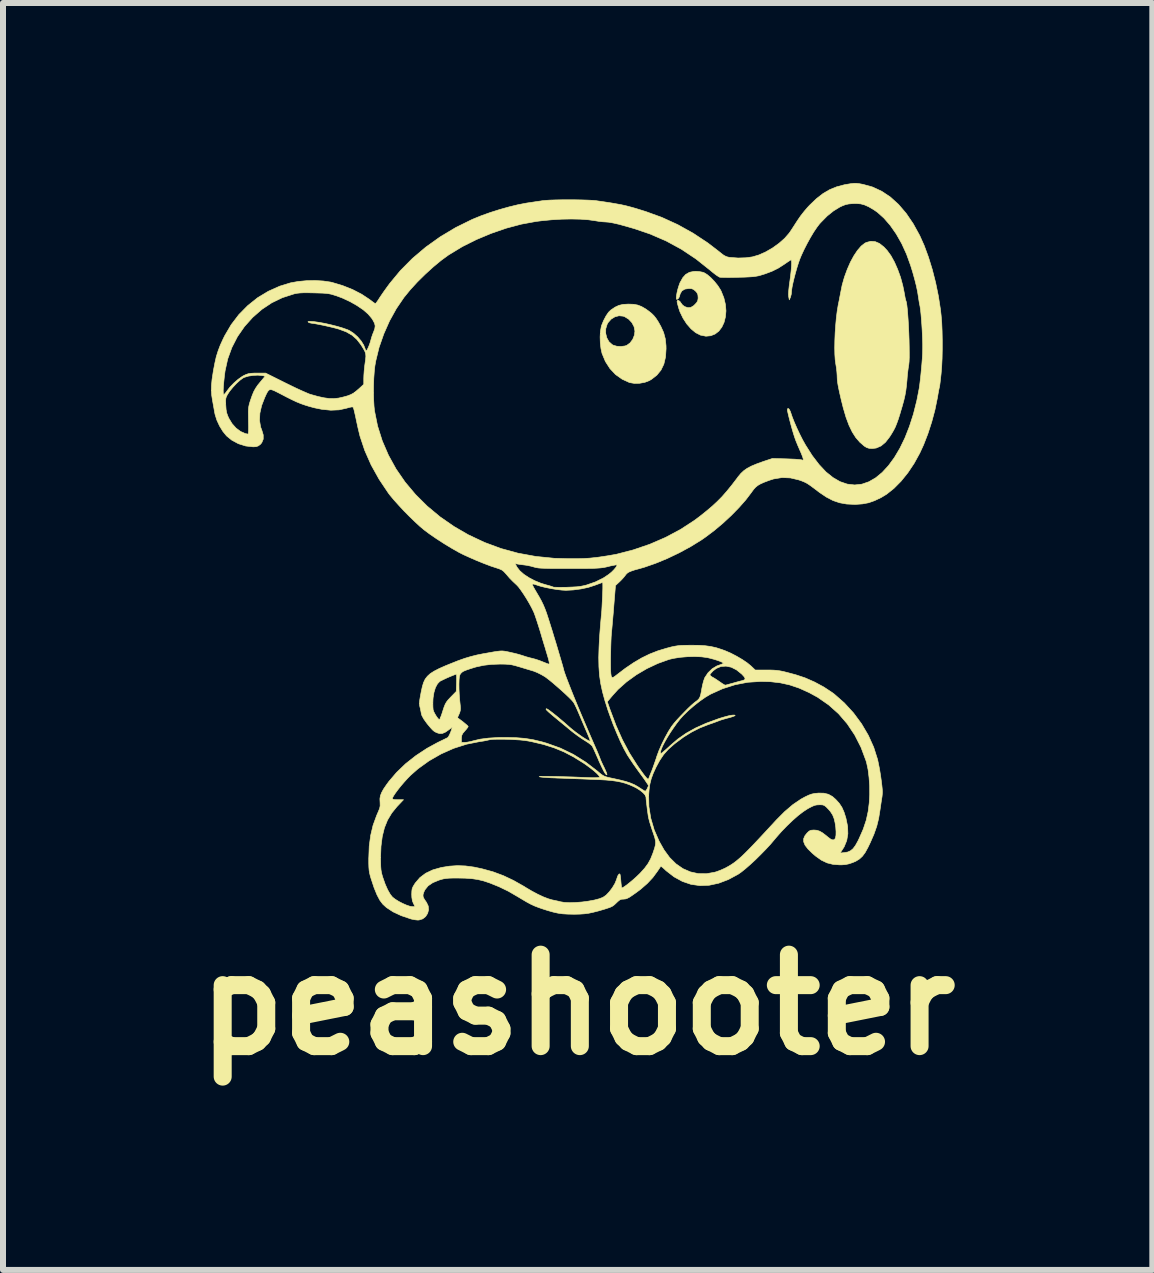
<source format=kicad_pcb>
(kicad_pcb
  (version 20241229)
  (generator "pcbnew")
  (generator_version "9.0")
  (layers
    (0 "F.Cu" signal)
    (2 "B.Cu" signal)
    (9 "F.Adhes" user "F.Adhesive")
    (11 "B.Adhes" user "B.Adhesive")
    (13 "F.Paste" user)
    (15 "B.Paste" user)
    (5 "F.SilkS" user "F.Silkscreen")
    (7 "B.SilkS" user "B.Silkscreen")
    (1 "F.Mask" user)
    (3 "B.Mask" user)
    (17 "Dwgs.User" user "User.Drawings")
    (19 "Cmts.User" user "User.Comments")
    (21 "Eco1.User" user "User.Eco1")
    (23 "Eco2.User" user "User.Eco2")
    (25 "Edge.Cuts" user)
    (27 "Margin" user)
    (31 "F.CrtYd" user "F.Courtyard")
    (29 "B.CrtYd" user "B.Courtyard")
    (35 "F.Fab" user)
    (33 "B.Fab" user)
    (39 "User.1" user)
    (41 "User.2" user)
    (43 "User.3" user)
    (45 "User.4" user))
  (footprint "peashooter"
    (layer "F.Cu")
    (at 6.575 6.191)
    (property "Reference" "peashooter" (at 0 7.5 0) (layer "F.SilkS") (effects (font (size 1.524 1.524) (thickness 0.3))))
    (attr through_hole)
    (fp_poly (pts (xy 2.027 -4.716) (xy 2.08 -4.706) (xy 2.105 -4.698) (xy 2.159 -4.665) (xy 2.219 -4.614) (xy 2.28 -4.55) (xy 2.336 -4.48) (xy 2.38 -4.411) (xy 2.391 -4.39) (xy 2.436 -4.278) (xy 2.462 -4.168) (xy 2.471 -4.061) (xy 2.462 -3.961) (xy 2.439 -3.869) (xy 2.402 -3.79) (xy 2.352 -3.724) (xy 2.29 -3.676) (xy 2.218 -3.647) (xy 2.137 -3.639) (xy 2.048 -3.657) (xy 2.044 -3.658) (xy 1.966 -3.698) (xy 1.89 -3.761) (xy 1.818 -3.843) (xy 1.756 -3.939) (xy 1.705 -4.044) (xy 1.685 -4.103) (xy 1.671 -4.153) (xy 1.66 -4.194) (xy 1.656 -4.218) (xy 1.656 -4.218) (xy 1.664 -4.236) (xy 1.682 -4.235) (xy 1.705 -4.217) (xy 1.719 -4.196) (xy 1.747 -4.159) (xy 1.782 -4.133) (xy 1.836 -4.114) (xy 1.883 -4.118) (xy 1.931 -4.146) (xy 1.952 -4.166) (xy 1.985 -4.202) (xy 2.001 -4.233) (xy 2.007 -4.27) (xy 2.007 -4.284) (xy 2.003 -4.331) (xy 1.986 -4.366) (xy 1.964 -4.391) (xy 1.93 -4.419) (xy 1.896 -4.432) (xy 1.853 -4.434) (xy 1.786 -4.424) (xy 1.737 -4.394) (xy 1.708 -4.346) (xy 1.704 -4.329) (xy 1.692 -4.291) (xy 1.674 -4.264) (xy 1.655 -4.253) (xy 1.646 -4.257) (xy 1.643 -4.277) (xy 1.647 -4.316) (xy 1.656 -4.368) (xy 1.67 -4.426) (xy 1.687 -4.481) (xy 1.704 -4.529) (xy 1.707 -4.534) (xy 1.752 -4.615) (xy 1.802 -4.67) (xy 1.863 -4.704) (xy 1.937 -4.719) (xy 1.972 -4.72) (xy 2.027 -4.716)) (stroke (width 0.01) (type solid)) (fill yes) (layer "F.SilkS"))
    (fp_poly (pts (xy 0.932 -4.171) (xy 1.001 -4.158) (xy 1.065 -4.133) (xy 1.134 -4.093) (xy 1.184 -4.057) (xy 1.232 -4.019) (xy 1.272 -3.979) (xy 1.308 -3.933) (xy 1.346 -3.874) (xy 1.386 -3.802) (xy 1.432 -3.701) (xy 1.46 -3.596) (xy 1.472 -3.481) (xy 1.473 -3.43) (xy 1.464 -3.293) (xy 1.436 -3.174) (xy 1.388 -3.074) (xy 1.319 -2.99) (xy 1.229 -2.92) (xy 1.195 -2.9) (xy 1.12 -2.871) (xy 1.033 -2.855) (xy 0.945 -2.853) (xy 0.868 -2.866) (xy 0.863 -2.867) (xy 0.741 -2.923) (xy 0.631 -3.001) (xy 0.538 -3.1) (xy 0.462 -3.218) (xy 0.407 -3.35) (xy 0.406 -3.353) (xy 0.388 -3.434) (xy 0.377 -3.529) (xy 0.374 -3.627) (xy 0.377 -3.686) (xy 0.467 -3.686) (xy 0.486 -3.611) (xy 0.522 -3.547) (xy 0.575 -3.499) (xy 0.591 -3.49) (xy 0.652 -3.472) (xy 0.722 -3.468) (xy 0.79 -3.477) (xy 0.82 -3.488) (xy 0.874 -3.528) (xy 0.918 -3.587) (xy 0.946 -3.658) (xy 0.954 -3.724) (xy 0.94 -3.797) (xy 0.904 -3.865) (xy 0.85 -3.923) (xy 0.783 -3.964) (xy 0.759 -3.973) (xy 0.689 -3.98) (xy 0.62 -3.962) (xy 0.557 -3.923) (xy 0.506 -3.865) (xy 0.491 -3.837) (xy 0.468 -3.763) (xy 0.467 -3.686) (xy 0.377 -3.686) (xy 0.379 -3.719) (xy 0.393 -3.797) (xy 0.398 -3.817) (xy 0.432 -3.9) (xy 0.472 -3.976) (xy 0.514 -4.038) (xy 0.552 -4.075) (xy 0.623 -4.123) (xy 0.687 -4.153) (xy 0.756 -4.169) (xy 0.84 -4.174) (xy 0.849 -4.174) (xy 0.932 -4.171)) (stroke (width 0.01) (type solid)) (fill yes) (layer "F.SilkS"))
    (fp_poly (pts (xy 4.957 -5.215) (xy 5.029 -5.184) (xy 5.103 -5.125) (xy 5.157 -5.067) (xy 5.219 -4.982) (xy 5.278 -4.875) (xy 5.332 -4.752) (xy 5.38 -4.62) (xy 5.417 -4.483) (xy 5.437 -4.386) (xy 5.448 -4.326) (xy 5.457 -4.276) (xy 5.465 -4.243) (xy 5.468 -4.234) (xy 5.477 -4.207) (xy 5.485 -4.156) (xy 5.493 -4.086) (xy 5.5 -3.999) (xy 5.507 -3.9) (xy 5.513 -3.793) (xy 5.518 -3.683) (xy 5.522 -3.573) (xy 5.524 -3.466) (xy 5.525 -3.368) (xy 5.525 -3.283) (xy 5.522 -3.213) (xy 5.517 -3.164) (xy 5.515 -3.153) (xy 5.508 -3.11) (xy 5.5 -3.048) (xy 5.492 -2.974) (xy 5.487 -2.905) (xy 5.478 -2.814) (xy 5.468 -2.733) (xy 5.454 -2.654) (xy 5.435 -2.571) (xy 5.409 -2.477) (xy 5.375 -2.363) (xy 5.372 -2.351) (xy 5.343 -2.259) (xy 5.317 -2.187) (xy 5.293 -2.127) (xy 5.265 -2.072) (xy 5.231 -2.014) (xy 5.198 -1.962) (xy 5.129 -1.873) (xy 5.055 -1.811) (xy 4.975 -1.776) (xy 4.91 -1.768) (xy 4.856 -1.771) (xy 4.815 -1.784) (xy 4.776 -1.808) (xy 4.702 -1.872) (xy 4.635 -1.949) (xy 4.575 -2.043) (xy 4.521 -2.155) (xy 4.471 -2.289) (xy 4.425 -2.446) (xy 4.391 -2.582) (xy 4.368 -2.682) (xy 4.351 -2.76) (xy 4.339 -2.821) (xy 4.331 -2.87) (xy 4.326 -2.911) (xy 4.324 -2.951) (xy 4.323 -2.984) (xy 4.319 -3.044) (xy 4.311 -3.114) (xy 4.301 -3.175) (xy 4.291 -3.245) (xy 4.285 -3.338) (xy 4.283 -3.447) (xy 4.285 -3.567) (xy 4.29 -3.694) (xy 4.299 -3.821) (xy 4.31 -3.944) (xy 4.324 -4.056) (xy 4.34 -4.153) (xy 4.343 -4.169) (xy 4.357 -4.235) (xy 4.37 -4.305) (xy 4.38 -4.357) (xy 4.407 -4.492) (xy 4.445 -4.625) (xy 4.492 -4.753) (xy 4.544 -4.872) (xy 4.602 -4.979) (xy 4.662 -5.069) (xy 4.724 -5.141) (xy 4.785 -5.189) (xy 4.809 -5.201) (xy 4.884 -5.221) (xy 4.957 -5.215)) (stroke (width 0.01) (type solid)) (fill yes) (layer "F.SilkS"))
    (fp_poly (pts (xy 4.644 -6.186) (xy 4.69 -6.181) (xy 4.749 -6.17) (xy 4.751 -6.17) (xy 4.913 -6.125) (xy 5.066 -6.054) (xy 5.21 -5.958) (xy 5.345 -5.836) (xy 5.472 -5.688) (xy 5.591 -5.513) (xy 5.699 -5.317) (xy 5.774 -5.149) (xy 5.844 -4.959) (xy 5.908 -4.752) (xy 5.964 -4.533) (xy 6.01 -4.309) (xy 6.045 -4.084) (xy 6.056 -3.985) (xy 6.066 -3.866) (xy 6.072 -3.726) (xy 6.075 -3.575) (xy 6.075 -3.42) (xy 6.072 -3.268) (xy 6.065 -3.128) (xy 6.055 -3.008) (xy 6.054 -3) (xy 6.046 -2.928) (xy 6.039 -2.867) (xy 6.033 -2.821) (xy 6.029 -2.796) (xy 6.028 -2.793) (xy 6.024 -2.777) (xy 6.016 -2.739) (xy 6.006 -2.684) (xy 5.995 -2.617) (xy 5.992 -2.603) (xy 5.953 -2.412) (xy 5.9 -2.214) (xy 5.836 -2.016) (xy 5.764 -1.83) (xy 5.7 -1.691) (xy 5.606 -1.52) (xy 5.501 -1.363) (xy 5.388 -1.223) (xy 5.269 -1.103) (xy 5.147 -1.006) (xy 5.056 -0.951) (xy 4.947 -0.899) (xy 4.847 -0.864) (xy 4.746 -0.845) (xy 4.633 -0.837) (xy 4.61 -0.837) (xy 4.481 -0.843) (xy 4.364 -0.864) (xy 4.255 -0.901) (xy 4.145 -0.958) (xy 4.029 -1.036) (xy 4.008 -1.052) (xy 3.937 -1.106) (xy 3.883 -1.146) (xy 3.841 -1.175) (xy 3.806 -1.196) (xy 3.772 -1.212) (xy 3.735 -1.227) (xy 3.69 -1.243) (xy 3.684 -1.245) (xy 3.545 -1.278) (xy 3.405 -1.284) (xy 3.265 -1.261) (xy 3.19 -1.237) (xy 3.108 -1.206) (xy 3.047 -1.179) (xy 3.002 -1.153) (xy 2.966 -1.124) (xy 2.933 -1.088) (xy 2.899 -1.042) (xy 2.893 -1.033) (xy 2.8 -0.911) (xy 2.687 -0.783) (xy 2.559 -0.652) (xy 2.42 -0.523) (xy 2.276 -0.402) (xy 2.131 -0.293) (xy 2.061 -0.244) (xy 1.881 -0.133) (xy 1.689 -0.029) (xy 1.492 0.065) (xy 1.298 0.145) (xy 1.111 0.21) (xy 1.031 0.233) (xy 0.95 0.255) (xy 0.891 0.275) (xy 0.849 0.293) (xy 0.821 0.313) (xy 0.799 0.337) (xy 0.793 0.347) (xy 0.769 0.377) (xy 0.733 0.417) (xy 0.699 0.451) (xy 0.63 0.515) (xy 0.602 0.858) (xy 0.594 0.961) (xy 0.585 1.062) (xy 0.577 1.156) (xy 0.57 1.236) (xy 0.564 1.297) (xy 0.562 1.319) (xy 0.558 1.371) (xy 0.555 1.443) (xy 0.552 1.531) (xy 0.55 1.628) (xy 0.548 1.726) (xy 0.548 1.737) (xy 0.548 1.844) (xy 0.549 1.926) (xy 0.553 1.984) (xy 0.559 2.023) (xy 0.568 2.043) (xy 0.583 2.048) (xy 0.603 2.039) (xy 0.629 2.021) (xy 0.64 2.012) (xy 0.792 1.896) (xy 0.932 1.801) (xy 1.066 1.722) (xy 1.199 1.657) (xy 1.337 1.603) (xy 1.486 1.558) (xy 1.502 1.554) (xy 1.566 1.537) (xy 1.619 1.526) (xy 1.67 1.518) (xy 1.725 1.513) (xy 1.791 1.511) (xy 1.878 1.51) (xy 1.894 1.51) (xy 2.02 1.511) (xy 2.125 1.518) (xy 2.219 1.531) (xy 2.308 1.551) (xy 2.401 1.581) (xy 2.456 1.601) (xy 2.549 1.641) (xy 2.647 1.692) (xy 2.741 1.747) (xy 2.824 1.803) (xy 2.886 1.854) (xy 2.959 1.923) (xy 3.142 1.923) (xy 3.211 1.923) (xy 3.268 1.925) (xy 3.318 1.929) (xy 3.368 1.936) (xy 3.424 1.947) (xy 3.492 1.964) (xy 3.578 1.987) (xy 3.634 2.002) (xy 3.788 2.053) (xy 3.947 2.123) (xy 4.101 2.206) (xy 4.239 2.297) (xy 4.273 2.322) (xy 4.443 2.471) (xy 4.596 2.638) (xy 4.73 2.819) (xy 4.843 3.011) (xy 4.933 3.211) (xy 4.998 3.416) (xy 5.028 3.564) (xy 5.047 3.681) (xy 5.06 3.775) (xy 5.069 3.849) (xy 5.075 3.908) (xy 5.077 3.956) (xy 5.075 3.997) (xy 5.071 4.035) (xy 5.068 4.053) (xy 5.058 4.116) (xy 5.047 4.191) (xy 5.037 4.259) (xy 5.015 4.396) (xy 4.983 4.526) (xy 4.937 4.657) (xy 4.876 4.797) (xy 4.836 4.88) (xy 4.79 4.964) (xy 4.744 5.026) (xy 4.694 5.072) (xy 4.634 5.109) (xy 4.582 5.131) (xy 4.52 5.152) (xy 4.464 5.164) (xy 4.4 5.169) (xy 4.364 5.169) (xy 4.255 5.161) (xy 4.155 5.136) (xy 4.061 5.091) (xy 3.965 5.023) (xy 3.909 4.975) (xy 3.837 4.904) (xy 3.789 4.842) (xy 3.766 4.786) (xy 3.765 4.734) (xy 3.787 4.683) (xy 3.823 4.638) (xy 3.856 4.607) (xy 3.886 4.593) (xy 3.927 4.589) (xy 3.94 4.589) (xy 3.985 4.593) (xy 4.029 4.607) (xy 4.076 4.633) (xy 4.133 4.676) (xy 4.174 4.71) (xy 4.222 4.745) (xy 4.257 4.755) (xy 4.283 4.742) (xy 4.296 4.719) (xy 4.304 4.676) (xy 4.305 4.614) (xy 4.3 4.542) (xy 4.289 4.468) (xy 4.273 4.4) (xy 4.248 4.337) (xy 4.211 4.28) (xy 4.178 4.242) (xy 4.141 4.204) (xy 4.113 4.182) (xy 4.087 4.171) (xy 4.053 4.168) (xy 4.029 4.168) (xy 3.987 4.17) (xy 3.95 4.177) (xy 3.909 4.194) (xy 3.856 4.221) (xy 3.831 4.235) (xy 3.759 4.282) (xy 3.674 4.347) (xy 3.583 4.427) (xy 3.488 4.518) (xy 3.395 4.614) (xy 3.308 4.713) (xy 3.277 4.75) (xy 3.211 4.828) (xy 3.133 4.912) (xy 3.048 4.999) (xy 2.961 5.085) (xy 2.875 5.164) (xy 2.795 5.234) (xy 2.725 5.29) (xy 2.675 5.325) (xy 2.51 5.414) (xy 2.349 5.475) (xy 2.191 5.509) (xy 2.038 5.515) (xy 1.889 5.494) (xy 1.745 5.445) (xy 1.606 5.369) (xy 1.473 5.266) (xy 1.449 5.243) (xy 1.417 5.214) (xy 1.393 5.196) (xy 1.385 5.193) (xy 1.375 5.207) (xy 1.355 5.238) (xy 1.329 5.276) (xy 1.251 5.382) (xy 1.16 5.479) (xy 1.05 5.575) (xy 0.979 5.628) (xy 0.914 5.674) (xy 0.867 5.706) (xy 0.831 5.725) (xy 0.803 5.736) (xy 0.776 5.739) (xy 0.766 5.74) (xy 0.73 5.742) (xy 0.701 5.754) (xy 0.67 5.779) (xy 0.645 5.803) (xy 0.611 5.835) (xy 0.578 5.859) (xy 0.537 5.878) (xy 0.48 5.897) (xy 0.449 5.907) (xy 0.343 5.938) (xy 0.256 5.96) (xy 0.181 5.976) (xy 0.111 5.985) (xy 0.038 5.99) (xy -0.046 5.992) (xy -0.07 5.992) (xy -0.168 5.99) (xy -0.251 5.985) (xy -0.328 5.974) (xy -0.408 5.956) (xy -0.5 5.93) (xy -0.575 5.906) (xy -0.651 5.88) (xy -0.718 5.854) (xy -0.781 5.825) (xy -0.848 5.789) (xy -0.926 5.743) (xy -0.996 5.701) (xy -1.154 5.609) (xy -1.311 5.533) (xy -1.462 5.472) (xy -1.563 5.438) (xy -1.661 5.414) (xy -1.762 5.399) (xy -1.876 5.391) (xy -1.991 5.389) (xy -2.078 5.389) (xy -2.143 5.391) (xy -2.194 5.396) (xy -2.239 5.403) (xy -2.283 5.415) (xy -2.312 5.424) (xy -2.414 5.466) (xy -2.492 5.519) (xy -2.545 5.585) (xy -2.562 5.621) (xy -2.575 5.659) (xy -2.577 5.69) (xy -2.567 5.721) (xy -2.543 5.76) (xy -2.519 5.794) (xy -2.49 5.855) (xy -2.484 5.918) (xy -2.5 5.978) (xy -2.533 6.03) (xy -2.582 6.069) (xy -2.643 6.088) (xy -2.669 6.089) (xy -2.712 6.084) (xy -2.764 6.074) (xy -2.779 6.07) (xy -2.941 6.015) (xy -3.076 5.952) (xy -3.186 5.88) (xy -3.247 5.824) (xy -3.296 5.759) (xy -3.344 5.668) (xy -3.392 5.55) (xy -3.44 5.405) (xy -3.441 5.403) (xy -3.457 5.348) (xy -3.468 5.302) (xy -3.475 5.258) (xy -3.479 5.207) (xy -3.481 5.143) (xy -3.481 5.058) (xy -3.481 5.054) (xy -3.48 5.045) (xy -3.284 5.045) (xy -3.284 5.046) (xy -3.283 5.133) (xy -3.281 5.199) (xy -3.277 5.25) (xy -3.27 5.294) (xy -3.259 5.338) (xy -3.249 5.372) (xy -3.208 5.489) (xy -3.165 5.586) (xy -3.122 5.661) (xy -3.085 5.707) (xy -3.041 5.741) (xy -2.982 5.778) (xy -2.916 5.812) (xy -2.852 5.84) (xy -2.796 5.859) (xy -2.761 5.865) (xy -2.708 5.866) (xy -2.736 5.813) (xy -2.754 5.768) (xy -2.763 5.711) (xy -2.765 5.66) (xy -2.763 5.607) (xy -2.758 5.568) (xy -2.744 5.534) (xy -2.719 5.492) (xy -2.705 5.471) (xy -2.629 5.382) (xy -2.532 5.309) (xy -2.414 5.253) (xy -2.273 5.213) (xy -2.138 5.191) (xy -2.004 5.182) (xy -1.87 5.187) (xy -1.728 5.206) (xy -1.592 5.235) (xy -1.41 5.285) (xy -1.238 5.349) (xy -1.069 5.429) (xy -0.894 5.528) (xy -0.866 5.546) (xy -0.766 5.605) (xy -0.667 5.658) (xy -0.573 5.702) (xy -0.49 5.734) (xy -0.425 5.753) (xy -0.424 5.753) (xy -0.367 5.765) (xy -0.312 5.777) (xy -0.288 5.784) (xy -0.221 5.795) (xy -0.134 5.799) (xy -0.035 5.796) (xy 0.072 5.788) (xy 0.177 5.774) (xy 0.276 5.756) (xy 0.36 5.734) (xy 0.422 5.71) (xy 0.474 5.674) (xy 0.527 5.618) (xy 0.578 5.551) (xy 0.621 5.479) (xy 0.649 5.411) (xy 0.653 5.396) (xy 0.669 5.351) (xy 0.688 5.324) (xy 0.701 5.319) (xy 0.707 5.331) (xy 0.713 5.366) (xy 0.718 5.415) (xy 0.719 5.432) (xy 0.724 5.486) (xy 0.729 5.528) (xy 0.734 5.551) (xy 0.735 5.553) (xy 0.75 5.549) (xy 0.781 5.53) (xy 0.824 5.499) (xy 0.875 5.458) (xy 0.929 5.413) (xy 0.981 5.366) (xy 1.029 5.32) (xy 1.042 5.307) (xy 1.116 5.225) (xy 1.172 5.149) (xy 1.216 5.069) (xy 1.254 4.974) (xy 1.264 4.944) (xy 1.283 4.887) (xy 1.294 4.842) (xy 1.299 4.804) (xy 1.296 4.764) (xy 1.285 4.717) (xy 1.265 4.656) (xy 1.242 4.589) (xy 1.219 4.519) (xy 1.198 4.451) (xy 1.183 4.392) (xy 1.177 4.364) (xy 1.17 4.315) (xy 1.161 4.252) (xy 1.153 4.184) (xy 1.145 4.12) (xy 1.14 4.068) (xy 1.138 4.039) (xy 1.125 4.008) (xy 1.183 4.008) (xy 1.187 4.199) (xy 1.218 4.392) (xy 1.275 4.586) (xy 1.358 4.776) (xy 1.44 4.921) (xy 1.533 5.048) (xy 1.638 5.152) (xy 1.753 5.232) (xy 1.877 5.286) (xy 2.008 5.315) (xy 2.144 5.317) (xy 2.283 5.292) (xy 2.311 5.284) (xy 2.381 5.258) (xy 2.457 5.224) (xy 2.519 5.19) (xy 2.56 5.165) (xy 2.6 5.138) (xy 2.64 5.108) (xy 2.683 5.072) (xy 2.731 5.03) (xy 2.784 4.979) (xy 2.846 4.917) (xy 2.918 4.843) (xy 3.001 4.755) (xy 3.098 4.651) (xy 3.211 4.529) (xy 3.309 4.423) (xy 3.448 4.283) (xy 3.585 4.166) (xy 3.719 4.075) (xy 3.788 4.037) (xy 3.851 4.007) (xy 3.902 3.989) (xy 3.95 3.979) (xy 4.006 3.974) (xy 4.009 3.973) (xy 4.101 3.975) (xy 4.177 3.993) (xy 4.244 4.03) (xy 4.3 4.079) (xy 4.358 4.143) (xy 4.403 4.211) (xy 4.438 4.29) (xy 4.469 4.388) (xy 4.47 4.392) (xy 4.498 4.529) (xy 4.502 4.652) (xy 4.483 4.764) (xy 4.44 4.869) (xy 4.396 4.938) (xy 4.372 4.972) (xy 4.445 4.965) (xy 4.501 4.955) (xy 4.547 4.934) (xy 4.588 4.9) (xy 4.628 4.847) (xy 4.669 4.773) (xy 4.689 4.732) (xy 4.758 4.575) (xy 4.808 4.426) (xy 4.841 4.275) (xy 4.858 4.136) (xy 4.866 3.998) (xy 4.865 3.854) (xy 4.855 3.714) (xy 4.839 3.583) (xy 4.815 3.471) (xy 4.805 3.436) (xy 4.721 3.211) (xy 4.616 3.005) (xy 4.491 2.818) (xy 4.347 2.651) (xy 4.182 2.504) (xy 3.999 2.377) (xy 3.856 2.299) (xy 3.69 2.224) (xy 3.533 2.171) (xy 3.375 2.136) (xy 3.209 2.117) (xy 3.052 2.113) (xy 2.834 2.127) (xy 2.622 2.168) (xy 2.413 2.235) (xy 2.216 2.324) (xy 2.131 2.374) (xy 2.035 2.441) (xy 1.937 2.518) (xy 1.842 2.6) (xy 1.759 2.681) (xy 1.708 2.738) (xy 1.65 2.812) (xy 1.594 2.891) (xy 1.54 2.971) (xy 1.491 3.05) (xy 1.449 3.124) (xy 1.415 3.19) (xy 1.392 3.245) (xy 1.38 3.285) (xy 1.382 3.308) (xy 1.39 3.312) (xy 1.405 3.303) (xy 1.436 3.277) (xy 1.479 3.24) (xy 1.53 3.194) (xy 1.542 3.182) (xy 1.669 3.073) (xy 1.808 2.976) (xy 1.964 2.889) (xy 2.14 2.81) (xy 2.339 2.737) (xy 2.372 2.726) (xy 2.449 2.703) (xy 2.517 2.685) (xy 2.572 2.675) (xy 2.609 2.673) (xy 2.624 2.679) (xy 2.624 2.68) (xy 2.612 2.688) (xy 2.578 2.701) (xy 2.53 2.716) (xy 2.508 2.721) (xy 2.45 2.737) (xy 2.399 2.752) (xy 2.363 2.764) (xy 2.358 2.767) (xy 2.33 2.777) (xy 2.283 2.795) (xy 2.224 2.816) (xy 2.182 2.83) (xy 2.037 2.887) (xy 1.902 2.955) (xy 1.769 3.037) (xy 1.631 3.139) (xy 1.602 3.163) (xy 1.509 3.245) (xy 1.432 3.332) (xy 1.365 3.432) (xy 1.305 3.543) (xy 1.258 3.646) (xy 1.225 3.736) (xy 1.203 3.824) (xy 1.19 3.919) (xy 1.183 4.008) (xy 1.125 4.008) (xy 1.125 4.007) (xy 1.091 3.969) (xy 1.042 3.929) (xy 0.983 3.891) (xy 0.934 3.866) (xy 0.864 3.835) (xy 0.798 3.811) (xy 0.73 3.792) (xy 0.656 3.777) (xy 0.572 3.765) (xy 0.472 3.756) (xy 0.353 3.749) (xy 0.239 3.745) (xy 0.122 3.74) (xy -0.002 3.735) (xy -0.127 3.731) (xy -0.243 3.726) (xy -0.342 3.723) (xy -0.374 3.721) (xy -0.456 3.718) (xy -0.529 3.713) (xy -0.587 3.709) (xy -0.626 3.704) (xy -0.641 3.7) (xy -0.631 3.697) (xy -0.595 3.695) (xy -0.534 3.694) (xy -0.449 3.695) (xy -0.343 3.697) (xy -0.216 3.701) (xy -0.07 3.705) (xy 0.093 3.712) (xy 0.144 3.714) (xy 0.233 3.717) (xy 0.297 3.717) (xy 0.338 3.715) (xy 0.36 3.711) (xy 0.365 3.706) (xy 0.354 3.683) (xy 0.322 3.648) (xy 0.273 3.604) (xy 0.211 3.555) (xy 0.139 3.502) (xy 0.095 3.472) (xy -0.068 3.371) (xy -0.228 3.287) (xy -0.393 3.219) (xy -0.57 3.163) (xy -0.765 3.117) (xy -0.828 3.105) (xy -0.888 3.096) (xy -0.964 3.088) (xy -1.051 3.083) (xy -1.143 3.078) (xy -1.234 3.076) (xy -1.32 3.076) (xy -1.393 3.077) (xy -1.448 3.081) (xy -1.474 3.086) (xy -1.513 3.095) (xy -1.568 3.106) (xy -1.629 3.115) (xy -1.636 3.116) (xy -1.852 3.159) (xy -2.067 3.228) (xy -2.276 3.321) (xy -2.475 3.435) (xy -2.66 3.568) (xy -2.783 3.676) (xy -2.836 3.73) (xy -2.891 3.791) (xy -2.946 3.855) (xy -2.996 3.918) (xy -3.038 3.975) (xy -3.069 4.022) (xy -3.086 4.055) (xy -3.087 4.064) (xy -3.079 4.075) (xy -3.053 4.082) (xy -3.003 4.084) (xy -2.995 4.084) (xy -2.902 4.084) (xy -3.011 4.199) (xy -3.098 4.306) (xy -3.168 4.423) (xy -3.22 4.552) (xy -3.256 4.697) (xy -3.277 4.86) (xy -3.284 5.045) (xy -3.48 5.045) (xy -3.473 4.857) (xy -3.449 4.678) (xy -3.409 4.51) (xy -3.35 4.348) (xy -3.321 4.281) (xy -3.3 4.23) (xy -3.291 4.187) (xy -3.292 4.136) (xy -3.293 4.119) (xy -3.295 4.067) (xy -3.287 4.018) (xy -3.267 3.966) (xy -3.235 3.907) (xy -3.186 3.835) (xy -3.145 3.779) (xy -3.017 3.629) (xy -2.866 3.484) (xy -2.696 3.35) (xy -2.511 3.228) (xy -2.339 3.134) (xy -2.278 3.104) (xy -2.224 3.078) (xy -2.184 3.058) (xy -2.164 3.048) (xy -2.164 3.048) (xy -2.152 3.032) (xy -2.134 2.999) (xy -2.116 2.957) (xy -2.101 2.917) (xy -2.092 2.886) (xy -2.091 2.88) (xy -2.101 2.884) (xy -2.126 2.902) (xy -2.145 2.917) (xy -2.204 2.958) (xy -2.253 2.979) (xy -2.299 2.981) (xy -2.328 2.974) (xy -2.361 2.961) (xy -2.39 2.945) (xy -2.419 2.92) (xy -2.453 2.883) (xy -2.498 2.829) (xy -2.514 2.809) (xy -2.564 2.739) (xy -2.595 2.683) (xy -2.604 2.654) (xy -2.613 2.606) (xy -2.624 2.553) (xy -2.627 2.544) (xy -2.633 2.515) (xy -2.636 2.488) (xy -2.636 2.479) (xy -2.413 2.479) (xy -2.412 2.536) (xy -2.409 2.578) (xy -2.408 2.586) (xy -2.397 2.618) (xy -2.376 2.658) (xy -2.351 2.699) (xy -2.326 2.732) (xy -2.307 2.749) (xy -2.303 2.75) (xy -2.295 2.738) (xy -2.286 2.717) (xy -2.003 2.717) (xy -1.913 2.784) (xy -1.872 2.818) (xy -1.84 2.845) (xy -1.825 2.863) (xy -1.824 2.865) (xy -1.833 2.881) (xy -1.856 2.911) (xy -1.88 2.938) (xy -1.913 2.977) (xy -1.93 3.009) (xy -1.936 3.045) (xy -1.937 3.064) (xy -1.937 3.129) (xy -1.882 3.129) (xy -1.839 3.125) (xy -1.783 3.114) (xy -1.738 3.102) (xy -1.625 3.075) (xy -1.485 3.057) (xy -1.319 3.047) (xy -1.193 3.046) (xy -1.028 3.05) (xy -0.879 3.062) (xy -0.738 3.085) (xy -0.593 3.12) (xy -0.514 3.143) (xy -0.288 3.224) (xy -0.073 3.328) (xy 0.135 3.458) (xy 0.338 3.614) (xy 0.347 3.623) (xy 0.387 3.656) (xy 0.419 3.678) (xy 0.452 3.695) (xy 0.493 3.708) (xy 0.549 3.721) (xy 0.593 3.73) (xy 0.709 3.756) (xy 0.803 3.78) (xy 0.88 3.806) (xy 0.944 3.833) (xy 1.002 3.866) (xy 1.024 3.88) (xy 1.069 3.909) (xy 1.104 3.931) (xy 1.124 3.942) (xy 1.126 3.942) (xy 1.138 3.932) (xy 1.156 3.905) (xy 1.157 3.902) (xy 1.172 3.87) (xy 1.179 3.848) (xy 1.179 3.847) (xy 1.171 3.832) (xy 1.149 3.799) (xy 1.116 3.75) (xy 1.074 3.691) (xy 1.036 3.64) (xy 0.982 3.565) (xy 0.928 3.489) (xy 0.88 3.417) (xy 0.84 3.357) (xy 0.825 3.333) (xy 0.771 3.235) (xy 0.713 3.116) (xy 0.653 2.979) (xy 0.592 2.831) (xy 0.535 2.677) (xy 0.505 2.593) (xy 0.46 2.451) (xy 0.494 2.451) (xy 0.54 2.583) (xy 0.639 2.846) (xy 0.746 3.086) (xy 0.863 3.306) (xy 0.992 3.51) (xy 1.028 3.562) (xy 1.081 3.636) (xy 1.121 3.689) (xy 1.149 3.722) (xy 1.168 3.739) (xy 1.178 3.741) (xy 1.181 3.737) (xy 1.191 3.712) (xy 1.207 3.67) (xy 1.228 3.618) (xy 1.233 3.607) (xy 1.256 3.545) (xy 1.283 3.469) (xy 1.31 3.391) (xy 1.319 3.361) (xy 1.354 3.266) (xy 1.401 3.159) (xy 1.455 3.05) (xy 1.511 2.948) (xy 1.565 2.862) (xy 1.57 2.856) (xy 1.604 2.812) (xy 1.653 2.755) (xy 1.712 2.692) (xy 1.775 2.627) (xy 1.837 2.564) (xy 1.894 2.51) (xy 1.94 2.47) (xy 1.961 2.454) (xy 1.996 2.428) (xy 2.02 2.403) (xy 2.037 2.374) (xy 2.05 2.332) (xy 2.062 2.273) (xy 2.068 2.236) (xy 2.081 2.171) (xy 2.097 2.109) (xy 2.114 2.06) (xy 2.118 2.05) (xy 2.149 2.004) (xy 2.203 2.004) (xy 2.215 2.02) (xy 2.242 2.04) (xy 2.249 2.043) (xy 2.285 2.064) (xy 2.332 2.095) (xy 2.37 2.121) (xy 2.41 2.149) (xy 2.442 2.168) (xy 2.457 2.175) (xy 2.474 2.172) (xy 2.511 2.162) (xy 2.562 2.148) (xy 2.584 2.142) (xy 2.644 2.125) (xy 2.699 2.11) (xy 2.74 2.1) (xy 2.747 2.098) (xy 2.78 2.086) (xy 2.79 2.068) (xy 2.778 2.039) (xy 2.742 1.999) (xy 2.732 1.989) (xy 2.646 1.92) (xy 2.559 1.876) (xy 2.472 1.858) (xy 2.388 1.864) (xy 2.31 1.896) (xy 2.257 1.937) (xy 2.227 1.969) (xy 2.207 1.994) (xy 2.203 2.004) (xy 2.149 2.004) (xy 2.172 1.969) (xy 2.241 1.902) (xy 2.319 1.855) (xy 2.349 1.844) (xy 2.391 1.829) (xy 2.42 1.816) (xy 2.428 1.809) (xy 2.415 1.797) (xy 2.381 1.781) (xy 2.331 1.763) (xy 2.271 1.744) (xy 2.207 1.727) (xy 2.162 1.716) (xy 2.065 1.703) (xy 1.951 1.698) (xy 1.829 1.701) (xy 1.707 1.711) (xy 1.595 1.729) (xy 1.523 1.746) (xy 1.336 1.813) (xy 1.153 1.899) (xy 0.978 2.002) (xy 0.816 2.119) (xy 0.673 2.246) (xy 0.585 2.343) (xy 0.494 2.451) (xy 0.46 2.451) (xy 0.454 2.433) (xy 0.414 2.287) (xy 0.384 2.148) (xy 0.364 2.011) (xy 0.354 1.869) (xy 0.351 1.715) (xy 0.356 1.544) (xy 0.361 1.443) (xy 0.367 1.346) (xy 0.374 1.252) (xy 0.381 1.166) (xy 0.387 1.094) (xy 0.392 1.044) (xy 0.392 1.038) (xy 0.397 0.993) (xy 0.402 0.932) (xy 0.406 0.859) (xy 0.41 0.781) (xy 0.414 0.702) (xy 0.417 0.627) (xy 0.419 0.56) (xy 0.419 0.508) (xy 0.418 0.474) (xy 0.416 0.463) (xy 0.401 0.468) (xy 0.366 0.481) (xy 0.317 0.499) (xy 0.282 0.512) (xy 0.176 0.546) (xy 0.053 0.572) (xy -0.075 0.589) (xy -0.196 0.595) (xy -0.196 0.595) (xy -0.265 0.591) (xy -0.35 0.581) (xy -0.442 0.566) (xy -0.532 0.548) (xy -0.611 0.529) (xy -0.663 0.513) (xy -0.713 0.496) (xy -0.746 0.489) (xy -0.758 0.493) (xy -0.751 0.511) (xy -0.733 0.547) (xy -0.706 0.594) (xy -0.689 0.623) (xy -0.64 0.706) (xy -0.603 0.774) (xy -0.573 0.836) (xy -0.546 0.9) (xy -0.519 0.972) (xy -0.504 1.018) (xy -0.482 1.086) (xy -0.455 1.172) (xy -0.424 1.27) (xy -0.392 1.377) (xy -0.358 1.487) (xy -0.326 1.595) (xy -0.296 1.697) (xy -0.269 1.788) (xy -0.247 1.864) (xy -0.232 1.919) (xy -0.232 1.923) (xy -0.217 1.97) (xy -0.192 2.04) (xy -0.157 2.131) (xy -0.114 2.241) (xy -0.064 2.366) (xy -0.007 2.504) (xy 0.055 2.653) (xy 0.122 2.81) (xy 0.192 2.973) (xy 0.264 3.139) (xy 0.294 3.207) (xy 0.322 3.27) (xy 0.346 3.328) (xy 0.364 3.372) (xy 0.373 3.396) (xy 0.384 3.425) (xy 0.404 3.47) (xy 0.429 3.523) (xy 0.438 3.54) (xy 0.462 3.592) (xy 0.48 3.634) (xy 0.488 3.661) (xy 0.488 3.666) (xy 0.478 3.669) (xy 0.459 3.647) (xy 0.432 3.602) (xy 0.398 3.533) (xy 0.356 3.442) (xy 0.343 3.41) (xy 0.312 3.34) (xy 0.284 3.277) (xy 0.261 3.227) (xy 0.245 3.196) (xy 0.242 3.19) (xy 0.221 3.169) (xy 0.183 3.139) (xy 0.134 3.107) (xy 0.115 3.095) (xy 0.057 3.058) (xy -0.011 3.01) (xy -0.08 2.958) (xy -0.119 2.927) (xy -0.187 2.87) (xy -0.265 2.806) (xy -0.339 2.745) (xy -0.372 2.718) (xy -0.439 2.662) (xy -0.486 2.621) (xy -0.515 2.593) (xy -0.527 2.577) (xy -0.525 2.569) (xy -0.517 2.568) (xy -0.499 2.577) (xy -0.463 2.602) (xy -0.413 2.64) (xy -0.353 2.688) (xy -0.286 2.744) (xy -0.215 2.804) (xy -0.144 2.867) (xy -0.14 2.871) (xy -0.09 2.913) (xy -0.034 2.957) (xy 0.025 3) (xy 0.082 3.04) (xy 0.133 3.072) (xy 0.174 3.096) (xy 0.201 3.107) (xy 0.21 3.105) (xy 0.205 3.088) (xy 0.191 3.05) (xy 0.169 2.997) (xy 0.142 2.934) (xy 0.135 2.918) (xy 0.101 2.838) (xy 0.065 2.754) (xy 0.032 2.675) (xy 0.007 2.617) (xy -0.019 2.558) (xy -0.044 2.506) (xy -0.065 2.467) (xy -0.073 2.456) (xy -0.102 2.422) (xy -0.149 2.375) (xy -0.208 2.319) (xy -0.275 2.258) (xy -0.345 2.197) (xy -0.413 2.138) (xy -0.474 2.088) (xy -0.525 2.049) (xy -0.544 2.035) (xy -0.606 1.999) (xy -0.674 1.965) (xy -0.734 1.941) (xy -0.741 1.939) (xy -0.797 1.922) (xy -0.868 1.901) (xy -0.943 1.878) (xy -0.977 1.868) (xy -1.043 1.849) (xy -1.097 1.836) (xy -1.149 1.829) (xy -1.209 1.825) (xy -1.287 1.824) (xy -1.295 1.824) (xy -1.437 1.829) (xy -1.565 1.844) (xy -1.691 1.871) (xy -1.789 1.901) (xy -1.856 1.924) (xy -1.902 1.943) (xy -1.932 1.963) (xy -1.952 1.986) (xy -1.962 2.002) (xy -1.971 2.034) (xy -1.976 2.088) (xy -1.978 2.159) (xy -1.977 2.242) (xy -1.973 2.33) (xy -1.966 2.42) (xy -1.963 2.449) (xy -1.956 2.515) (xy -1.953 2.56) (xy -1.955 2.593) (xy -1.962 2.622) (xy -1.974 2.653) (xy -2.003 2.717) (xy -2.286 2.717) (xy -2.281 2.704) (xy -2.263 2.654) (xy -2.248 2.607) (xy -2.226 2.54) (xy -2.207 2.493) (xy -2.186 2.456) (xy -2.159 2.421) (xy -2.12 2.379) (xy -2.113 2.372) (xy -2.023 2.28) (xy -2.018 2.137) (xy -2.017 2.077) (xy -2.017 2.029) (xy -2.02 2) (xy -2.023 1.993) (xy -2.042 1.998) (xy -2.08 2.013) (xy -2.129 2.033) (xy -2.182 2.056) (xy -2.233 2.08) (xy -2.274 2.1) (xy -2.297 2.112) (xy -2.336 2.153) (xy -2.37 2.216) (xy -2.394 2.295) (xy -2.409 2.386) (xy -2.411 2.417) (xy -2.413 2.479) (xy -2.636 2.479) (xy -2.635 2.455) (xy -2.63 2.413) (xy -2.62 2.354) (xy -2.606 2.28) (xy -2.588 2.199) (xy -2.568 2.132) (xy -2.541 2.075) (xy -2.504 2.027) (xy -2.456 1.983) (xy -2.392 1.942) (xy -2.309 1.899) (xy -2.205 1.853) (xy -2.124 1.82) (xy -1.996 1.769) (xy -1.884 1.729) (xy -1.78 1.698) (xy -1.677 1.672) (xy -1.567 1.65) (xy -1.558 1.649) (xy -1.463 1.632) (xy -1.39 1.619) (xy -1.335 1.611) (xy -1.292 1.606) (xy -1.257 1.605) (xy -1.225 1.608) (xy -1.189 1.614) (xy -1.146 1.623) (xy -1.121 1.629) (xy -1.053 1.644) (xy -0.987 1.661) (xy -0.934 1.677) (xy -0.912 1.684) (xy -0.861 1.701) (xy -0.8 1.718) (xy -0.767 1.726) (xy -0.709 1.741) (xy -0.642 1.763) (xy -0.588 1.784) (xy -0.54 1.803) (xy -0.502 1.818) (xy -0.48 1.824) (xy -0.479 1.824) (xy -0.473 1.819) (xy -0.473 1.801) (xy -0.48 1.766) (xy -0.494 1.713) (xy -0.517 1.636) (xy -0.524 1.614) (xy -0.54 1.558) (xy -0.563 1.484) (xy -0.589 1.398) (xy -0.615 1.309) (xy -0.629 1.263) (xy -0.655 1.18) (xy -0.681 1.099) (xy -0.705 1.028) (xy -0.725 0.973) (xy -0.735 0.95) (xy -0.767 0.884) (xy -0.808 0.809) (xy -0.854 0.731) (xy -0.902 0.656) (xy -0.948 0.589) (xy -0.987 0.537) (xy -1.015 0.507) (xy -1.08 0.446) (xy -1.135 0.39) (xy -1.188 0.328) (xy -1.197 0.318) (xy -1.231 0.281) (xy -1.264 0.256) (xy -1.307 0.237) (xy -1.352 0.222) (xy -1.447 0.191) (xy -1.552 0.151) (xy -1.042 0.151) (xy -1.009 0.211) (xy -0.964 0.269) (xy -0.897 0.328) (xy -0.812 0.384) (xy -0.715 0.435) (xy -0.61 0.478) (xy -0.527 0.503) (xy -0.475 0.517) (xy -0.434 0.53) (xy -0.412 0.538) (xy -0.41 0.54) (xy -0.393 0.543) (xy -0.354 0.544) (xy -0.297 0.545) (xy -0.226 0.544) (xy -0.183 0.544) (xy -0.086 0.54) (xy -0.011 0.536) (xy 0.051 0.528) (xy 0.106 0.517) (xy 0.146 0.507) (xy 0.296 0.455) (xy 0.427 0.39) (xy 0.516 0.331) (xy 0.563 0.293) (xy 0.604 0.252) (xy 0.635 0.215) (xy 0.653 0.186) (xy 0.653 0.171) (xy 0.637 0.171) (xy 0.601 0.178) (xy 0.549 0.188) (xy 0.509 0.198) (xy 0.472 0.207) (xy 0.438 0.214) (xy 0.403 0.219) (xy 0.364 0.223) (xy 0.317 0.226) (xy 0.259 0.229) (xy 0.187 0.23) (xy 0.097 0.231) (xy -0.015 0.231) (xy -0.14 0.231) (xy -0.278 0.231) (xy -0.39 0.231) (xy -0.48 0.23) (xy -0.551 0.228) (xy -0.606 0.226) (xy -0.648 0.223) (xy -0.68 0.218) (xy -0.706 0.213) (xy -0.723 0.208) (xy -0.781 0.192) (xy -0.843 0.179) (xy -0.863 0.176) (xy -0.918 0.169) (xy -0.972 0.162) (xy -0.988 0.159) (xy -1.042 0.151) (xy -1.552 0.151) (xy -1.558 0.149) (xy -1.677 0.101) (xy -1.794 0.05) (xy -1.902 0.001) (xy -1.979 -0.038) (xy -2.097 -0.105) (xy -2.224 -0.182) (xy -2.351 -0.264) (xy -2.469 -0.345) (xy -2.561 -0.414) (xy -2.632 -0.474) (xy -2.714 -0.55) (xy -2.804 -0.637) (xy -2.895 -0.729) (xy -2.982 -0.823) (xy -3.061 -0.911) (xy -3.127 -0.99) (xy -3.153 -1.024) (xy -3.309 -1.257) (xy -3.441 -1.494) (xy -3.547 -1.734) (xy -3.627 -1.974) (xy -3.662 -2.119) (xy -3.685 -2.225) (xy -3.702 -2.307) (xy -3.716 -2.368) (xy -3.726 -2.41) (xy -3.734 -2.438) (xy -3.741 -2.453) (xy -3.745 -2.459) (xy -3.763 -2.461) (xy -3.799 -2.454) (xy -3.847 -2.441) (xy -3.853 -2.439) (xy -3.976 -2.412) (xy -4.113 -2.406) (xy -4.262 -2.421) (xy -4.381 -2.445) (xy -4.468 -2.468) (xy -4.542 -2.491) (xy -4.611 -2.515) (xy -4.682 -2.544) (xy -4.759 -2.58) (xy -4.851 -2.626) (xy -4.91 -2.657) (xy -4.991 -2.699) (xy -5.051 -2.729) (xy -5.094 -2.746) (xy -5.124 -2.75) (xy -5.147 -2.739) (xy -5.167 -2.714) (xy -5.188 -2.674) (xy -5.214 -2.617) (xy -5.215 -2.615) (xy -5.266 -2.483) (xy -5.295 -2.356) (xy -5.301 -2.236) (xy -5.283 -2.127) (xy -5.262 -2.071) (xy -5.239 -1.994) (xy -5.239 -1.924) (xy -5.264 -1.864) (xy -5.289 -1.835) (xy -5.323 -1.811) (xy -5.358 -1.799) (xy -5.407 -1.796) (xy -5.532 -1.81) (xy -5.653 -1.848) (xy -5.764 -1.908) (xy -5.85 -1.978) (xy -5.91 -2.051) (xy -5.966 -2.142) (xy -6.012 -2.241) (xy -6.042 -2.337) (xy -6.049 -2.372) (xy -6.06 -2.435) (xy -6.073 -2.508) (xy -6.084 -2.568) (xy -6.085 -2.574) (xy -5.865 -2.574) (xy -5.865 -2.525) (xy -5.863 -2.487) (xy -5.858 -2.417) (xy -5.848 -2.362) (xy -5.83 -2.311) (xy -5.812 -2.271) (xy -5.759 -2.183) (xy -5.692 -2.108) (xy -5.617 -2.052) (xy -5.538 -2.017) (xy -5.493 -2.008) (xy -5.487 -2.021) (xy -5.484 -2.062) (xy -5.483 -2.131) (xy -5.485 -2.227) (xy -5.485 -2.23) (xy -5.486 -2.315) (xy -5.487 -2.379) (xy -5.485 -2.427) (xy -5.48 -2.467) (xy -5.472 -2.504) (xy -5.46 -2.545) (xy -5.452 -2.57) (xy -5.423 -2.653) (xy -5.396 -2.718) (xy -5.366 -2.772) (xy -5.33 -2.825) (xy -5.283 -2.882) (xy -5.206 -2.974) (xy -5.257 -2.983) (xy -5.328 -2.99) (xy -5.408 -2.986) (xy -5.486 -2.974) (xy -5.552 -2.954) (xy -5.577 -2.942) (xy -5.627 -2.905) (xy -5.685 -2.852) (xy -5.743 -2.79) (xy -5.796 -2.726) (xy -5.832 -2.672) (xy -5.85 -2.639) (xy -5.861 -2.609) (xy -5.865 -2.574) (xy -6.085 -2.574) (xy -6.097 -2.651) (xy -6.103 -2.733) (xy -6.103 -2.739) (xy -5.906 -2.739) (xy -5.905 -2.693) (xy -5.901 -2.669) (xy -5.898 -2.666) (xy -5.882 -2.677) (xy -5.859 -2.704) (xy -5.846 -2.723) (xy -5.794 -2.791) (xy -5.728 -2.859) (xy -5.657 -2.921) (xy -5.589 -2.969) (xy -5.563 -2.984) (xy -5.521 -3.003) (xy -5.485 -3.015) (xy -5.444 -3.021) (xy -5.392 -3.024) (xy -5.339 -3.024) (xy -5.198 -3.024) (xy -4.869 -2.86) (xy -4.775 -2.814) (xy -4.684 -2.77) (xy -4.601 -2.732) (xy -4.53 -2.701) (xy -4.476 -2.678) (xy -4.449 -2.669) (xy -4.328 -2.635) (xy -4.227 -2.613) (xy -4.14 -2.601) (xy -4.061 -2.6) (xy -3.984 -2.608) (xy -3.909 -2.625) (xy -3.836 -2.645) (xy -3.781 -2.666) (xy -3.736 -2.69) (xy -3.73 -2.694) (xy -3.402 -2.694) (xy -3.399 -2.576) (xy -3.393 -2.471) (xy -3.385 -2.396) (xy -3.334 -2.143) (xy -3.256 -1.896) (xy -3.153 -1.657) (xy -3.026 -1.427) (xy -2.875 -1.208) (xy -2.701 -1.001) (xy -2.507 -0.808) (xy -2.292 -0.629) (xy -2.058 -0.467) (xy -1.823 -0.331) (xy -1.554 -0.204) (xy -1.279 -0.102) (xy -0.994 -0.024) (xy -0.699 0.03) (xy -0.391 0.061) (xy -0.147 0.068) (xy -0.014 0.068) (xy 0.099 0.065) (xy 0.199 0.059) (xy 0.294 0.049) (xy 0.344 0.043) (xy 0.426 0.031) (xy 0.51 0.018) (xy 0.584 0.005) (xy 0.641 -0.005) (xy 0.646 -0.006) (xy 0.927 -0.079) (xy 1.202 -0.173) (xy 1.465 -0.287) (xy 1.713 -0.419) (xy 1.942 -0.568) (xy 2.035 -0.637) (xy 2.146 -0.726) (xy 2.242 -0.807) (xy 2.326 -0.885) (xy 2.406 -0.966) (xy 2.484 -1.055) (xy 2.567 -1.157) (xy 2.659 -1.277) (xy 2.67 -1.293) (xy 2.717 -1.35) (xy 2.768 -1.398) (xy 2.826 -1.439) (xy 2.897 -1.476) (xy 2.986 -1.513) (xy 3.094 -1.552) (xy 3.245 -1.602) (xy 3.471 -1.596) (xy 3.551 -1.593) (xy 3.622 -1.59) (xy 3.681 -1.585) (xy 3.72 -1.581) (xy 3.731 -1.579) (xy 3.754 -1.573) (xy 3.76 -1.583) (xy 3.755 -1.608) (xy 3.744 -1.64) (xy 3.725 -1.688) (xy 3.701 -1.742) (xy 3.696 -1.754) (xy 3.667 -1.821) (xy 3.637 -1.894) (xy 3.614 -1.958) (xy 3.595 -2.018) (xy 3.574 -2.089) (xy 3.553 -2.165) (xy 3.533 -2.24) (xy 3.516 -2.308) (xy 3.503 -2.364) (xy 3.495 -2.402) (xy 3.494 -2.413) (xy 3.5 -2.434) (xy 3.513 -2.434) (xy 3.529 -2.415) (xy 3.546 -2.38) (xy 3.55 -2.367) (xy 3.574 -2.296) (xy 3.609 -2.207) (xy 3.652 -2.109) (xy 3.699 -2.009) (xy 3.747 -1.914) (xy 3.793 -1.832) (xy 3.795 -1.828) (xy 3.908 -1.65) (xy 4.022 -1.501) (xy 4.137 -1.378) (xy 4.254 -1.284) (xy 4.371 -1.216) (xy 4.491 -1.175) (xy 4.613 -1.161) (xy 4.617 -1.161) (xy 4.736 -1.174) (xy 4.852 -1.214) (xy 4.966 -1.28) (xy 5.075 -1.37) (xy 5.179 -1.483) (xy 5.277 -1.617) (xy 5.369 -1.772) (xy 5.453 -1.945) (xy 5.528 -2.136) (xy 5.595 -2.344) (xy 5.651 -2.567) (xy 5.691 -2.772) (xy 5.699 -2.828) (xy 5.708 -2.904) (xy 5.718 -2.994) (xy 5.727 -3.09) (xy 5.734 -3.164) (xy 5.742 -3.265) (xy 5.747 -3.351) (xy 5.749 -3.431) (xy 5.749 -3.513) (xy 5.746 -3.605) (xy 5.741 -3.716) (xy 5.74 -3.74) (xy 5.734 -3.836) (xy 5.727 -3.928) (xy 5.72 -4.011) (xy 5.713 -4.078) (xy 5.706 -4.124) (xy 5.705 -4.133) (xy 5.692 -4.197) (xy 5.681 -4.268) (xy 5.676 -4.301) (xy 5.664 -4.377) (xy 5.644 -4.474) (xy 5.616 -4.585) (xy 5.583 -4.704) (xy 5.547 -4.82) (xy 5.479 -5.008) (xy 5.399 -5.183) (xy 5.308 -5.343) (xy 5.209 -5.485) (xy 5.104 -5.606) (xy 4.995 -5.704) (xy 4.933 -5.747) (xy 4.851 -5.795) (xy 4.782 -5.826) (xy 4.717 -5.844) (xy 4.647 -5.85) (xy 4.584 -5.849) (xy 4.517 -5.843) (xy 4.464 -5.832) (xy 4.412 -5.812) (xy 4.369 -5.792) (xy 4.263 -5.727) (xy 4.157 -5.642) (xy 4.049 -5.532) (xy 4.029 -5.51) (xy 3.985 -5.452) (xy 3.933 -5.375) (xy 3.878 -5.283) (xy 3.823 -5.183) (xy 3.771 -5.081) (xy 3.726 -4.984) (xy 3.705 -4.933) (xy 3.681 -4.867) (xy 3.656 -4.788) (xy 3.631 -4.701) (xy 3.608 -4.614) (xy 3.588 -4.531) (xy 3.573 -4.46) (xy 3.565 -4.406) (xy 3.564 -4.388) (xy 3.559 -4.339) (xy 3.547 -4.294) (xy 3.545 -4.287) (xy 3.526 -4.245) (xy 3.516 -4.298) (xy 3.513 -4.339) (xy 3.517 -4.404) (xy 3.526 -4.49) (xy 3.535 -4.553) (xy 3.548 -4.649) (xy 3.557 -4.735) (xy 3.563 -4.808) (xy 3.565 -4.864) (xy 3.562 -4.9) (xy 3.556 -4.912) (xy 3.542 -4.904) (xy 3.51 -4.884) (xy 3.466 -4.854) (xy 3.44 -4.836) (xy 3.342 -4.773) (xy 3.239 -4.722) (xy 3.122 -4.678) (xy 3.057 -4.658) (xy 3.015 -4.646) (xy 2.971 -4.638) (xy 2.92 -4.631) (xy 2.857 -4.627) (xy 2.776 -4.623) (xy 2.677 -4.621) (xy 2.589 -4.619) (xy 2.51 -4.618) (xy 2.443 -4.619) (xy 2.394 -4.62) (xy 2.367 -4.622) (xy 2.366 -4.622) (xy 2.343 -4.635) (xy 2.304 -4.661) (xy 2.255 -4.699) (xy 2.208 -4.738) (xy 1.972 -4.926) (xy 1.729 -5.088) (xy 1.475 -5.226) (xy 1.207 -5.342) (xy 0.952 -5.429) (xy 0.807 -5.471) (xy 0.687 -5.504) (xy 0.59 -5.526) (xy 0.514 -5.539) (xy 0.461 -5.543) (xy 0.413 -5.546) (xy 0.352 -5.553) (xy 0.293 -5.563) (xy 0.18 -5.579) (xy 0.046 -5.589) (xy -0.105 -5.592) (xy -0.267 -5.589) (xy -0.433 -5.579) (xy -0.599 -5.563) (xy -0.695 -5.551) (xy -0.939 -5.506) (xy -1.19 -5.439) (xy -1.442 -5.352) (xy -1.688 -5.249) (xy -1.922 -5.132) (xy -2.136 -5.002) (xy -2.148 -4.995) (xy -2.273 -4.904) (xy -2.406 -4.794) (xy -2.54 -4.672) (xy -2.67 -4.544) (xy -2.789 -4.414) (xy -2.891 -4.289) (xy -2.893 -4.287) (xy -3.021 -4.099) (xy -3.135 -3.893) (xy -3.231 -3.676) (xy -3.309 -3.453) (xy -3.363 -3.232) (xy -3.379 -3.143) (xy -3.389 -3.05) (xy -3.397 -2.939) (xy -3.401 -2.818) (xy -3.402 -2.694) (xy -3.73 -2.694) (xy -3.691 -2.724) (xy -3.643 -2.765) (xy -3.564 -2.838) (xy -3.564 -2.934) (xy -3.562 -2.99) (xy -3.557 -3.062) (xy -3.549 -3.14) (xy -3.543 -3.185) (xy -3.533 -3.254) (xy -3.529 -3.305) (xy -3.532 -3.345) (xy -3.543 -3.381) (xy -3.565 -3.423) (xy -3.599 -3.478) (xy -3.614 -3.501) (xy -3.68 -3.586) (xy -3.759 -3.656) (xy -3.857 -3.712) (xy -3.975 -3.756) (xy -4.035 -3.773) (xy -4.129 -3.796) (xy -4.225 -3.818) (xy -4.314 -3.836) (xy -4.39 -3.85) (xy -4.431 -3.855) (xy -4.465 -3.862) (xy -4.487 -3.872) (xy -4.493 -3.882) (xy -4.477 -3.887) (xy -4.47 -3.887) (xy -4.399 -3.883) (xy -4.31 -3.87) (xy -4.21 -3.852) (xy -4.105 -3.828) (xy -4.003 -3.802) (xy -3.91 -3.774) (xy -3.834 -3.747) (xy -3.799 -3.731) (xy -3.732 -3.687) (xy -3.666 -3.628) (xy -3.608 -3.56) (xy -3.565 -3.491) (xy -3.543 -3.435) (xy -3.533 -3.407) (xy -3.523 -3.396) (xy -3.511 -3.408) (xy -3.494 -3.44) (xy -3.476 -3.482) (xy -3.459 -3.529) (xy -3.446 -3.573) (xy -3.445 -3.578) (xy -3.434 -3.618) (xy -3.416 -3.671) (xy -3.4 -3.71) (xy -3.38 -3.766) (xy -3.374 -3.811) (xy -3.384 -3.854) (xy -3.41 -3.904) (xy -3.433 -3.94) (xy -3.493 -4.01) (xy -3.575 -4.081) (xy -3.677 -4.15) (xy -3.791 -4.215) (xy -3.915 -4.273) (xy -4.013 -4.31) (xy -4.064 -4.326) (xy -4.107 -4.339) (xy -4.148 -4.347) (xy -4.194 -4.353) (xy -4.251 -4.357) (xy -4.326 -4.359) (xy -4.392 -4.361) (xy -4.49 -4.363) (xy -4.566 -4.363) (xy -4.625 -4.36) (xy -4.672 -4.355) (xy -4.714 -4.347) (xy -4.729 -4.343) (xy -4.921 -4.281) (xy -5.097 -4.196) (xy -5.261 -4.087) (xy -5.415 -3.953) (xy -5.552 -3.8) (xy -5.669 -3.631) (xy -5.762 -3.45) (xy -5.831 -3.26) (xy -5.874 -3.065) (xy -5.875 -3.06) (xy -5.887 -2.967) (xy -5.896 -2.88) (xy -5.903 -2.802) (xy -5.906 -2.739) (xy -6.103 -2.739) (xy -6.101 -2.82) (xy -6.092 -2.918) (xy -6.074 -3.036) (xy -6.069 -3.068) (xy -6.045 -3.193) (xy -6.021 -3.299) (xy -5.991 -3.394) (xy -5.955 -3.489) (xy -5.908 -3.592) (xy -5.881 -3.647) (xy -5.773 -3.831) (xy -5.645 -3.999) (xy -5.497 -4.149) (xy -5.333 -4.28) (xy -5.154 -4.388) (xy -4.964 -4.473) (xy -4.785 -4.528) (xy -4.658 -4.551) (xy -4.519 -4.564) (xy -4.376 -4.567) (xy -4.239 -4.559) (xy -4.116 -4.541) (xy -4.091 -4.535) (xy -3.917 -4.483) (xy -3.751 -4.417) (xy -3.6 -4.339) (xy -3.47 -4.253) (xy -3.461 -4.246) (xy -3.42 -4.215) (xy -3.388 -4.192) (xy -3.371 -4.182) (xy -3.37 -4.182) (xy -3.359 -4.193) (xy -3.337 -4.222) (xy -3.31 -4.263) (xy -3.306 -4.27) (xy -3.276 -4.315) (xy -3.235 -4.375) (xy -3.187 -4.442) (xy -3.138 -4.509) (xy -3.133 -4.516) (xy -2.955 -4.731) (xy -2.754 -4.934) (xy -2.531 -5.123) (xy -2.29 -5.295) (xy -2.033 -5.449) (xy -1.763 -5.582) (xy -1.745 -5.59) (xy -1.608 -5.646) (xy -1.457 -5.7) (xy -1.299 -5.75) (xy -1.142 -5.794) (xy -0.994 -5.83) (xy -0.86 -5.856) (xy -0.835 -5.86) (xy -0.76 -5.871) (xy -0.681 -5.883) (xy -0.611 -5.893) (xy -0.589 -5.897) (xy -0.536 -5.902) (xy -0.461 -5.907) (xy -0.368 -5.91) (xy -0.263 -5.912) (xy -0.153 -5.912) (xy -0.041 -5.912) (xy 0.066 -5.91) (xy 0.164 -5.907) (xy 0.245 -5.903) (xy 0.306 -5.898) (xy 0.316 -5.896) (xy 0.447 -5.877) (xy 0.557 -5.86) (xy 0.649 -5.844) (xy 0.731 -5.829) (xy 0.807 -5.812) (xy 0.883 -5.792) (xy 0.965 -5.769) (xy 1.058 -5.74) (xy 1.135 -5.716) (xy 1.402 -5.619) (xy 1.667 -5.498) (xy 1.924 -5.355) (xy 2.166 -5.195) (xy 2.337 -5.064) (xy 2.393 -5.019) (xy 2.434 -4.988) (xy 2.468 -4.97) (xy 2.499 -4.959) (xy 2.535 -4.952) (xy 2.539 -4.952) (xy 2.673 -4.942) (xy 2.803 -4.946) (xy 2.912 -4.961) (xy 3.02 -4.993) (xy 3.134 -5.044) (xy 3.248 -5.11) (xy 3.355 -5.187) (xy 3.448 -5.269) (xy 3.522 -5.354) (xy 3.538 -5.376) (xy 3.568 -5.421) (xy 3.607 -5.481) (xy 3.648 -5.545) (xy 3.67 -5.578) (xy 3.716 -5.645) (xy 3.774 -5.719) (xy 3.834 -5.789) (xy 3.865 -5.822) (xy 3.979 -5.931) (xy 4.088 -6.016) (xy 4.199 -6.081) (xy 4.317 -6.129) (xy 4.446 -6.163) (xy 4.487 -6.17) (xy 4.553 -6.181) (xy 4.602 -6.186) (xy 4.644 -6.186)) (stroke (width 0.01) (type solid)) (fill yes) (layer "F.SilkS")))
  (gr_rect
    (start -3 -3)
    (end 16.15 18.109)
    (stroke (width 0.1) (type default))
    (fill no)
    (layer "Edge.Cuts")))
</source>
